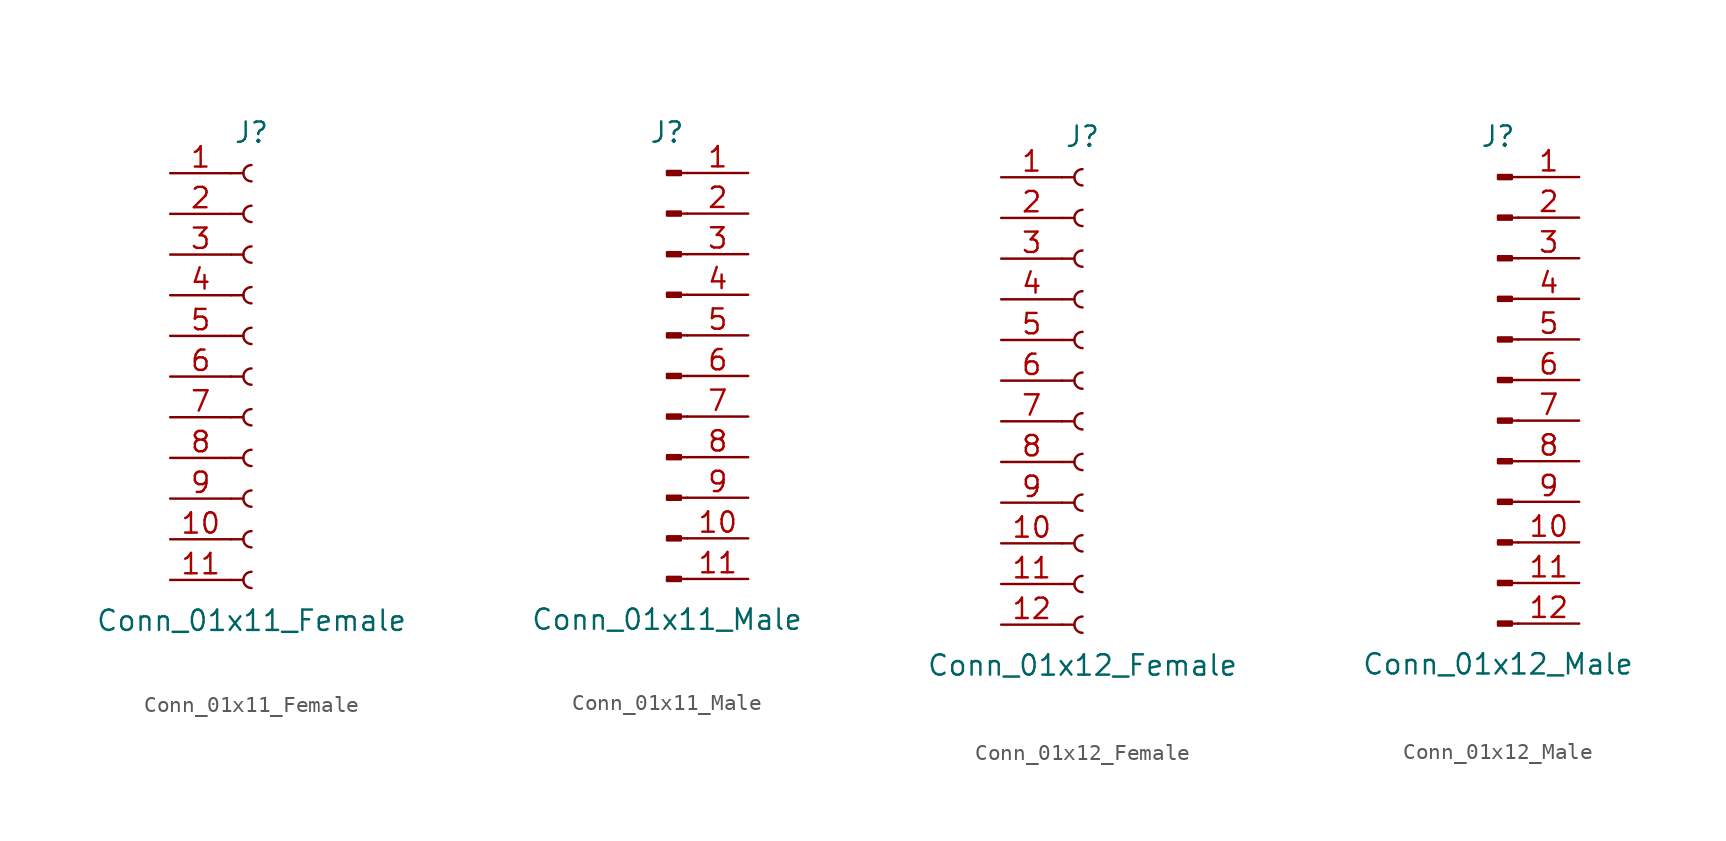
<source format=kicad_sym>
(kicad_symbol_lib
  (version 20220914)
  (generator kicad_symbol_editor)
  (symbol "Conn_01x11_Female"
    (pin_names
      (offset 1.016) hide)
    (property "Reference" "J"
      (at 0 15.24 0)
      (effects (font (size 1.27 1.27))))
    (property "Value" "Conn_01x11_Female"
      (at 0 -15.24 0)
      (effects (font (size 1.27 1.27))))
    (symbol "Conn_01x11_Female_1_1"
      (arc (start 0 -12.192) (mid -0.5058 -12.7) (end 0 -13.208) (stroke (width 0.1524) (type default)) (fill (type none)))
      (arc (start 0 -9.652) (mid -0.5058 -10.16) (end 0 -10.668) (stroke (width 0.1524) (type default)) (fill (type none)))
      (arc (start 0 -7.112) (mid -0.5058 -7.62) (end 0 -8.128) (stroke (width 0.1524) (type default)) (fill (type none)))
      (arc (start 0 -4.572) (mid -0.5058 -5.08) (end 0 -5.588) (stroke (width 0.1524) (type default)) (fill (type none)))
      (arc (start 0 -2.032) (mid -0.5058 -2.54) (end 0 -3.048) (stroke (width 0.1524) (type default)) (fill (type none)))
      (polyline (pts (xy -1.27 -12.7) (xy -0.508 -12.7)) (stroke (width 0.152) (type default)) (fill (type none)))
      (polyline (pts (xy -1.27 -10.16) (xy -0.508 -10.16)) (stroke (width 0.152) (type default)) (fill (type none)))
      (polyline (pts (xy -1.27 -7.62) (xy -0.508 -7.62)) (stroke (width 0.152) (type default)) (fill (type none)))
      (polyline (pts (xy -1.27 -5.08) (xy -0.508 -5.08)) (stroke (width 0.152) (type default)) (fill (type none)))
      (polyline (pts (xy -1.27 -2.54) (xy -0.508 -2.54)) (stroke (width 0.152) (type default)) (fill (type none)))
      (polyline (pts (xy -1.27 0) (xy -0.508 0)) (stroke (width 0.152) (type default)) (fill (type none)))
      (polyline (pts (xy -1.27 2.54) (xy -0.508 2.54)) (stroke (width 0.152) (type default)) (fill (type none)))
      (polyline (pts (xy -1.27 5.08) (xy -0.508 5.08)) (stroke (width 0.152) (type default)) (fill (type none)))
      (polyline (pts (xy -1.27 7.62) (xy -0.508 7.62)) (stroke (width 0.152) (type default)) (fill (type none)))
      (polyline (pts (xy -1.27 10.16) (xy -0.508 10.16)) (stroke (width 0.152) (type default)) (fill (type none)))
      (polyline (pts (xy -1.27 12.7) (xy -0.508 12.7)) (stroke (width 0.152) (type default)) (fill (type none)))
      (arc (start 0 0.508) (mid -0.5058 0) (end 0 -0.508) (stroke (width 0.1524) (type default)) (fill (type none)))
      (arc (start 0 3.048) (mid -0.5058 2.54) (end 0 2.032) (stroke (width 0.1524) (type default)) (fill (type none)))
      (arc (start 0 5.588) (mid -0.5058 5.08) (end 0 4.572) (stroke (width 0.1524) (type default)) (fill (type none)))
      (arc (start 0 8.128) (mid -0.5058 7.62) (end 0 7.112) (stroke (width 0.1524) (type default)) (fill (type none)))
      (arc (start 0 10.668) (mid -0.5058 10.16) (end 0 9.652) (stroke (width 0.1524) (type default)) (fill (type none)))
      (arc (start 0 13.208) (mid -0.5058 12.7) (end 0 12.192) (stroke (width 0.1524) (type default)) (fill (type none)))
      (pin passive line (at -5.08 12.7 0) (length 3.81) (name "Pin_1" (effects (font (size 1.27 1.27)))) (number "1" (effects (font (size 1.27 1.27)))))
      (pin passive line (at -5.08 -10.16 0) (length 3.81) (name "Pin_10" (effects (font (size 1.27 1.27)))) (number "10" (effects (font (size 1.27 1.27)))))
      (pin passive line (at -5.08 -12.7 0) (length 3.81) (name "Pin_11" (effects (font (size 1.27 1.27)))) (number "11" (effects (font (size 1.27 1.27)))))
      (pin passive line (at -5.08 10.16 0) (length 3.81) (name "Pin_2" (effects (font (size 1.27 1.27)))) (number "2" (effects (font (size 1.27 1.27)))))
      (pin passive line (at -5.08 7.62 0) (length 3.81) (name "Pin_3" (effects (font (size 1.27 1.27)))) (number "3" (effects (font (size 1.27 1.27)))))
      (pin passive line (at -5.08 5.08 0) (length 3.81) (name "Pin_4" (effects (font (size 1.27 1.27)))) (number "4" (effects (font (size 1.27 1.27)))))
      (pin passive line (at -5.08 2.54 0) (length 3.81) (name "Pin_5" (effects (font (size 1.27 1.27)))) (number "5" (effects (font (size 1.27 1.27)))))
      (pin passive line (at -5.08 0 0) (length 3.81) (name "Pin_6" (effects (font (size 1.27 1.27)))) (number "6" (effects (font (size 1.27 1.27)))))
      (pin passive line (at -5.08 -2.54 0) (length 3.81) (name "Pin_7" (effects (font (size 1.27 1.27)))) (number "7" (effects (font (size 1.27 1.27)))))
      (pin passive line (at -5.08 -5.08 0) (length 3.81) (name "Pin_8" (effects (font (size 1.27 1.27)))) (number "8" (effects (font (size 1.27 1.27)))))
      (pin passive line (at -5.08 -7.62 0) (length 3.81) (name "Pin_9" (effects (font (size 1.27 1.27)))) (number "9" (effects (font (size 1.27 1.27)))))))
  (symbol "Conn_01x11_Male"
    (pin_names
      (offset 1.016) hide)
    (property "Reference" "J"
      (at 0 15.24 0)
      (effects (font (size 1.27 1.27))))
    (property "Value" "Conn_01x11_Male"
      (at 0 -15.24 0)
      (effects (font (size 1.27 1.27))))
    (symbol "Conn_01x11_Male_1_1"
      (polyline (pts (xy 1.27 -12.7) (xy 0.864 -12.7)) (stroke (width 0.152) (type default)) (fill (type none)))
      (polyline (pts (xy 1.27 -10.16) (xy 0.864 -10.16)) (stroke (width 0.152) (type default)) (fill (type none)))
      (polyline (pts (xy 1.27 -7.62) (xy 0.864 -7.62)) (stroke (width 0.152) (type default)) (fill (type none)))
      (polyline (pts (xy 1.27 -5.08) (xy 0.864 -5.08)) (stroke (width 0.152) (type default)) (fill (type none)))
      (polyline (pts (xy 1.27 -2.54) (xy 0.864 -2.54)) (stroke (width 0.152) (type default)) (fill (type none)))
      (polyline (pts (xy 1.27 0) (xy 0.864 0)) (stroke (width 0.152) (type default)) (fill (type none)))
      (polyline (pts (xy 1.27 2.54) (xy 0.864 2.54)) (stroke (width 0.152) (type default)) (fill (type none)))
      (polyline (pts (xy 1.27 5.08) (xy 0.864 5.08)) (stroke (width 0.152) (type default)) (fill (type none)))
      (polyline (pts (xy 1.27 7.62) (xy 0.864 7.62)) (stroke (width 0.152) (type default)) (fill (type none)))
      (polyline (pts (xy 1.27 10.16) (xy 0.864 10.16)) (stroke (width 0.152) (type default)) (fill (type none)))
      (polyline (pts (xy 1.27 12.7) (xy 0.864 12.7)) (stroke (width 0.152) (type default)) (fill (type none)))
      (rectangle (start 0.864 -12.573) (end 0 -12.827) (stroke (width 0.152) (type default)) (fill (type outline)))
      (rectangle (start 0.864 -10.033) (end 0 -10.287) (stroke (width 0.152) (type default)) (fill (type outline)))
      (rectangle (start 0.864 -7.493) (end 0 -7.747) (stroke (width 0.152) (type default)) (fill (type outline)))
      (rectangle (start 0.864 -4.953) (end 0 -5.207) (stroke (width 0.152) (type default)) (fill (type outline)))
      (rectangle (start 0.864 -2.413) (end 0 -2.667) (stroke (width 0.152) (type default)) (fill (type outline)))
      (rectangle (start 0.864 0.127) (end 0 -0.127) (stroke (width 0.152) (type default)) (fill (type outline)))
      (rectangle (start 0.864 2.667) (end 0 2.413) (stroke (width 0.152) (type default)) (fill (type outline)))
      (rectangle (start 0.864 5.207) (end 0 4.953) (stroke (width 0.152) (type default)) (fill (type outline)))
      (rectangle (start 0.864 7.747) (end 0 7.493) (stroke (width 0.152) (type default)) (fill (type outline)))
      (rectangle (start 0.864 10.287) (end 0 10.033) (stroke (width 0.152) (type default)) (fill (type outline)))
      (rectangle (start 0.864 12.827) (end 0 12.573) (stroke (width 0.152) (type default)) (fill (type outline)))
      (pin passive line (at 5.08 12.7 180) (length 3.81) (name "Pin_1" (effects (font (size 1.27 1.27)))) (number "1" (effects (font (size 1.27 1.27)))))
      (pin passive line (at 5.08 -10.16 180) (length 3.81) (name "Pin_10" (effects (font (size 1.27 1.27)))) (number "10" (effects (font (size 1.27 1.27)))))
      (pin passive line (at 5.08 -12.7 180) (length 3.81) (name "Pin_11" (effects (font (size 1.27 1.27)))) (number "11" (effects (font (size 1.27 1.27)))))
      (pin passive line (at 5.08 10.16 180) (length 3.81) (name "Pin_2" (effects (font (size 1.27 1.27)))) (number "2" (effects (font (size 1.27 1.27)))))
      (pin passive line (at 5.08 7.62 180) (length 3.81) (name "Pin_3" (effects (font (size 1.27 1.27)))) (number "3" (effects (font (size 1.27 1.27)))))
      (pin passive line (at 5.08 5.08 180) (length 3.81) (name "Pin_4" (effects (font (size 1.27 1.27)))) (number "4" (effects (font (size 1.27 1.27)))))
      (pin passive line (at 5.08 2.54 180) (length 3.81) (name "Pin_5" (effects (font (size 1.27 1.27)))) (number "5" (effects (font (size 1.27 1.27)))))
      (pin passive line (at 5.08 0 180) (length 3.81) (name "Pin_6" (effects (font (size 1.27 1.27)))) (number "6" (effects (font (size 1.27 1.27)))))
      (pin passive line (at 5.08 -2.54 180) (length 3.81) (name "Pin_7" (effects (font (size 1.27 1.27)))) (number "7" (effects (font (size 1.27 1.27)))))
      (pin passive line (at 5.08 -5.08 180) (length 3.81) (name "Pin_8" (effects (font (size 1.27 1.27)))) (number "8" (effects (font (size 1.27 1.27)))))
      (pin passive line (at 5.08 -7.62 180) (length 3.81) (name "Pin_9" (effects (font (size 1.27 1.27)))) (number "9" (effects (font (size 1.27 1.27)))))))
  (symbol "Conn_01x12_Female"
    (pin_names
      (offset 1.016) hide)
    (property "Reference" "J"
      (at 0 15.24 0)
      (effects (font (size 1.27 1.27))))
    (property "Value" "Conn_01x12_Female"
      (at 0 -17.78 0)
      (effects (font (size 1.27 1.27))))
    (symbol "Conn_01x12_Female_1_1"
      (arc (start 0 -14.732) (mid -0.5058 -15.24) (end 0 -15.748) (stroke (width 0.1524) (type default)) (fill (type none)))
      (arc (start 0 -12.192) (mid -0.5058 -12.7) (end 0 -13.208) (stroke (width 0.1524) (type default)) (fill (type none)))
      (arc (start 0 -9.652) (mid -0.5058 -10.16) (end 0 -10.668) (stroke (width 0.1524) (type default)) (fill (type none)))
      (arc (start 0 -7.112) (mid -0.5058 -7.62) (end 0 -8.128) (stroke (width 0.1524) (type default)) (fill (type none)))
      (arc (start 0 -4.572) (mid -0.5058 -5.08) (end 0 -5.588) (stroke (width 0.1524) (type default)) (fill (type none)))
      (arc (start 0 -2.032) (mid -0.5058 -2.54) (end 0 -3.048) (stroke (width 0.1524) (type default)) (fill (type none)))
      (polyline (pts (xy -1.27 -15.24) (xy -0.508 -15.24)) (stroke (width 0.152) (type default)) (fill (type none)))
      (polyline (pts (xy -1.27 -12.7) (xy -0.508 -12.7)) (stroke (width 0.152) (type default)) (fill (type none)))
      (polyline (pts (xy -1.27 -10.16) (xy -0.508 -10.16)) (stroke (width 0.152) (type default)) (fill (type none)))
      (polyline (pts (xy -1.27 -7.62) (xy -0.508 -7.62)) (stroke (width 0.152) (type default)) (fill (type none)))
      (polyline (pts (xy -1.27 -5.08) (xy -0.508 -5.08)) (stroke (width 0.152) (type default)) (fill (type none)))
      (polyline (pts (xy -1.27 -2.54) (xy -0.508 -2.54)) (stroke (width 0.152) (type default)) (fill (type none)))
      (polyline (pts (xy -1.27 0) (xy -0.508 0)) (stroke (width 0.152) (type default)) (fill (type none)))
      (polyline (pts (xy -1.27 2.54) (xy -0.508 2.54)) (stroke (width 0.152) (type default)) (fill (type none)))
      (polyline (pts (xy -1.27 5.08) (xy -0.508 5.08)) (stroke (width 0.152) (type default)) (fill (type none)))
      (polyline (pts (xy -1.27 7.62) (xy -0.508 7.62)) (stroke (width 0.152) (type default)) (fill (type none)))
      (polyline (pts (xy -1.27 10.16) (xy -0.508 10.16)) (stroke (width 0.152) (type default)) (fill (type none)))
      (polyline (pts (xy -1.27 12.7) (xy -0.508 12.7)) (stroke (width 0.152) (type default)) (fill (type none)))
      (arc (start 0 0.508) (mid -0.5058 0) (end 0 -0.508) (stroke (width 0.1524) (type default)) (fill (type none)))
      (arc (start 0 3.048) (mid -0.5058 2.54) (end 0 2.032) (stroke (width 0.1524) (type default)) (fill (type none)))
      (arc (start 0 5.588) (mid -0.5058 5.08) (end 0 4.572) (stroke (width 0.1524) (type default)) (fill (type none)))
      (arc (start 0 8.128) (mid -0.5058 7.62) (end 0 7.112) (stroke (width 0.1524) (type default)) (fill (type none)))
      (arc (start 0 10.668) (mid -0.5058 10.16) (end 0 9.652) (stroke (width 0.1524) (type default)) (fill (type none)))
      (arc (start 0 13.208) (mid -0.5058 12.7) (end 0 12.192) (stroke (width 0.1524) (type default)) (fill (type none)))
      (pin passive line (at -5.08 12.7 0) (length 3.81) (name "Pin_1" (effects (font (size 1.27 1.27)))) (number "1" (effects (font (size 1.27 1.27)))))
      (pin passive line (at -5.08 -10.16 0) (length 3.81) (name "Pin_10" (effects (font (size 1.27 1.27)))) (number "10" (effects (font (size 1.27 1.27)))))
      (pin passive line (at -5.08 -12.7 0) (length 3.81) (name "Pin_11" (effects (font (size 1.27 1.27)))) (number "11" (effects (font (size 1.27 1.27)))))
      (pin passive line (at -5.08 -15.24 0) (length 3.81) (name "Pin_12" (effects (font (size 1.27 1.27)))) (number "12" (effects (font (size 1.27 1.27)))))
      (pin passive line (at -5.08 10.16 0) (length 3.81) (name "Pin_2" (effects (font (size 1.27 1.27)))) (number "2" (effects (font (size 1.27 1.27)))))
      (pin passive line (at -5.08 7.62 0) (length 3.81) (name "Pin_3" (effects (font (size 1.27 1.27)))) (number "3" (effects (font (size 1.27 1.27)))))
      (pin passive line (at -5.08 5.08 0) (length 3.81) (name "Pin_4" (effects (font (size 1.27 1.27)))) (number "4" (effects (font (size 1.27 1.27)))))
      (pin passive line (at -5.08 2.54 0) (length 3.81) (name "Pin_5" (effects (font (size 1.27 1.27)))) (number "5" (effects (font (size 1.27 1.27)))))
      (pin passive line (at -5.08 0 0) (length 3.81) (name "Pin_6" (effects (font (size 1.27 1.27)))) (number "6" (effects (font (size 1.27 1.27)))))
      (pin passive line (at -5.08 -2.54 0) (length 3.81) (name "Pin_7" (effects (font (size 1.27 1.27)))) (number "7" (effects (font (size 1.27 1.27)))))
      (pin passive line (at -5.08 -5.08 0) (length 3.81) (name "Pin_8" (effects (font (size 1.27 1.27)))) (number "8" (effects (font (size 1.27 1.27)))))
      (pin passive line (at -5.08 -7.62 0) (length 3.81) (name "Pin_9" (effects (font (size 1.27 1.27)))) (number "9" (effects (font (size 1.27 1.27)))))))
  (symbol "Conn_01x12_Male"
    (pin_names
      (offset 1.016) hide)
    (property "Reference" "J"
      (at 0 15.24 0)
      (effects (font (size 1.27 1.27))))
    (property "Value" "Conn_01x12_Male"
      (at 0 -17.78 0)
      (effects (font (size 1.27 1.27))))
    (symbol "Conn_01x12_Male_1_1"
      (polyline (pts (xy 1.27 -15.24) (xy 0.864 -15.24)) (stroke (width 0.152) (type default)) (fill (type none)))
      (polyline (pts (xy 1.27 -12.7) (xy 0.864 -12.7)) (stroke (width 0.152) (type default)) (fill (type none)))
      (polyline (pts (xy 1.27 -10.16) (xy 0.864 -10.16)) (stroke (width 0.152) (type default)) (fill (type none)))
      (polyline (pts (xy 1.27 -7.62) (xy 0.864 -7.62)) (stroke (width 0.152) (type default)) (fill (type none)))
      (polyline (pts (xy 1.27 -5.08) (xy 0.864 -5.08)) (stroke (width 0.152) (type default)) (fill (type none)))
      (polyline (pts (xy 1.27 -2.54) (xy 0.864 -2.54)) (stroke (width 0.152) (type default)) (fill (type none)))
      (polyline (pts (xy 1.27 0) (xy 0.864 0)) (stroke (width 0.152) (type default)) (fill (type none)))
      (polyline (pts (xy 1.27 2.54) (xy 0.864 2.54)) (stroke (width 0.152) (type default)) (fill (type none)))
      (polyline (pts (xy 1.27 5.08) (xy 0.864 5.08)) (stroke (width 0.152) (type default)) (fill (type none)))
      (polyline (pts (xy 1.27 7.62) (xy 0.864 7.62)) (stroke (width 0.152) (type default)) (fill (type none)))
      (polyline (pts (xy 1.27 10.16) (xy 0.864 10.16)) (stroke (width 0.152) (type default)) (fill (type none)))
      (polyline (pts (xy 1.27 12.7) (xy 0.864 12.7)) (stroke (width 0.152) (type default)) (fill (type none)))
      (rectangle (start 0.864 -15.113) (end 0 -15.367) (stroke (width 0.152) (type default)) (fill (type outline)))
      (rectangle (start 0.864 -12.573) (end 0 -12.827) (stroke (width 0.152) (type default)) (fill (type outline)))
      (rectangle (start 0.864 -10.033) (end 0 -10.287) (stroke (width 0.152) (type default)) (fill (type outline)))
      (rectangle (start 0.864 -7.493) (end 0 -7.747) (stroke (width 0.152) (type default)) (fill (type outline)))
      (rectangle (start 0.864 -4.953) (end 0 -5.207) (stroke (width 0.152) (type default)) (fill (type outline)))
      (rectangle (start 0.864 -2.413) (end 0 -2.667) (stroke (width 0.152) (type default)) (fill (type outline)))
      (rectangle (start 0.864 0.127) (end 0 -0.127) (stroke (width 0.152) (type default)) (fill (type outline)))
      (rectangle (start 0.864 2.667) (end 0 2.413) (stroke (width 0.152) (type default)) (fill (type outline)))
      (rectangle (start 0.864 5.207) (end 0 4.953) (stroke (width 0.152) (type default)) (fill (type outline)))
      (rectangle (start 0.864 7.747) (end 0 7.493) (stroke (width 0.152) (type default)) (fill (type outline)))
      (rectangle (start 0.864 10.287) (end 0 10.033) (stroke (width 0.152) (type default)) (fill (type outline)))
      (rectangle (start 0.864 12.827) (end 0 12.573) (stroke (width 0.152) (type default)) (fill (type outline)))
      (pin passive line (at 5.08 12.7 180) (length 3.81) (name "Pin_1" (effects (font (size 1.27 1.27)))) (number "1" (effects (font (size 1.27 1.27)))))
      (pin passive line (at 5.08 -10.16 180) (length 3.81) (name "Pin_10" (effects (font (size 1.27 1.27)))) (number "10" (effects (font (size 1.27 1.27)))))
      (pin passive line (at 5.08 -12.7 180) (length 3.81) (name "Pin_11" (effects (font (size 1.27 1.27)))) (number "11" (effects (font (size 1.27 1.27)))))
      (pin passive line (at 5.08 -15.24 180) (length 3.81) (name "Pin_12" (effects (font (size 1.27 1.27)))) (number "12" (effects (font (size 1.27 1.27)))))
      (pin passive line (at 5.08 10.16 180) (length 3.81) (name "Pin_2" (effects (font (size 1.27 1.27)))) (number "2" (effects (font (size 1.27 1.27)))))
      (pin passive line (at 5.08 7.62 180) (length 3.81) (name "Pin_3" (effects (font (size 1.27 1.27)))) (number "3" (effects (font (size 1.27 1.27)))))
      (pin passive line (at 5.08 5.08 180) (length 3.81) (name "Pin_4" (effects (font (size 1.27 1.27)))) (number "4" (effects (font (size 1.27 1.27)))))
      (pin passive line (at 5.08 2.54 180) (length 3.81) (name "Pin_5" (effects (font (size 1.27 1.27)))) (number "5" (effects (font (size 1.27 1.27)))))
      (pin passive line (at 5.08 0 180) (length 3.81) (name "Pin_6" (effects (font (size 1.27 1.27)))) (number "6" (effects (font (size 1.27 1.27)))))
      (pin passive line (at 5.08 -2.54 180) (length 3.81) (name "Pin_7" (effects (font (size 1.27 1.27)))) (number "7" (effects (font (size 1.27 1.27)))))
      (pin passive line (at 5.08 -5.08 180) (length 3.81) (name "Pin_8" (effects (font (size 1.27 1.27)))) (number "8" (effects (font (size 1.27 1.27)))))
      (pin passive line (at 5.08 -7.62 180) (length 3.81) (name "Pin_9" (effects (font (size 1.27 1.27)))) (number "9" (effects (font (size 1.27 1.27))))))))
</source>
